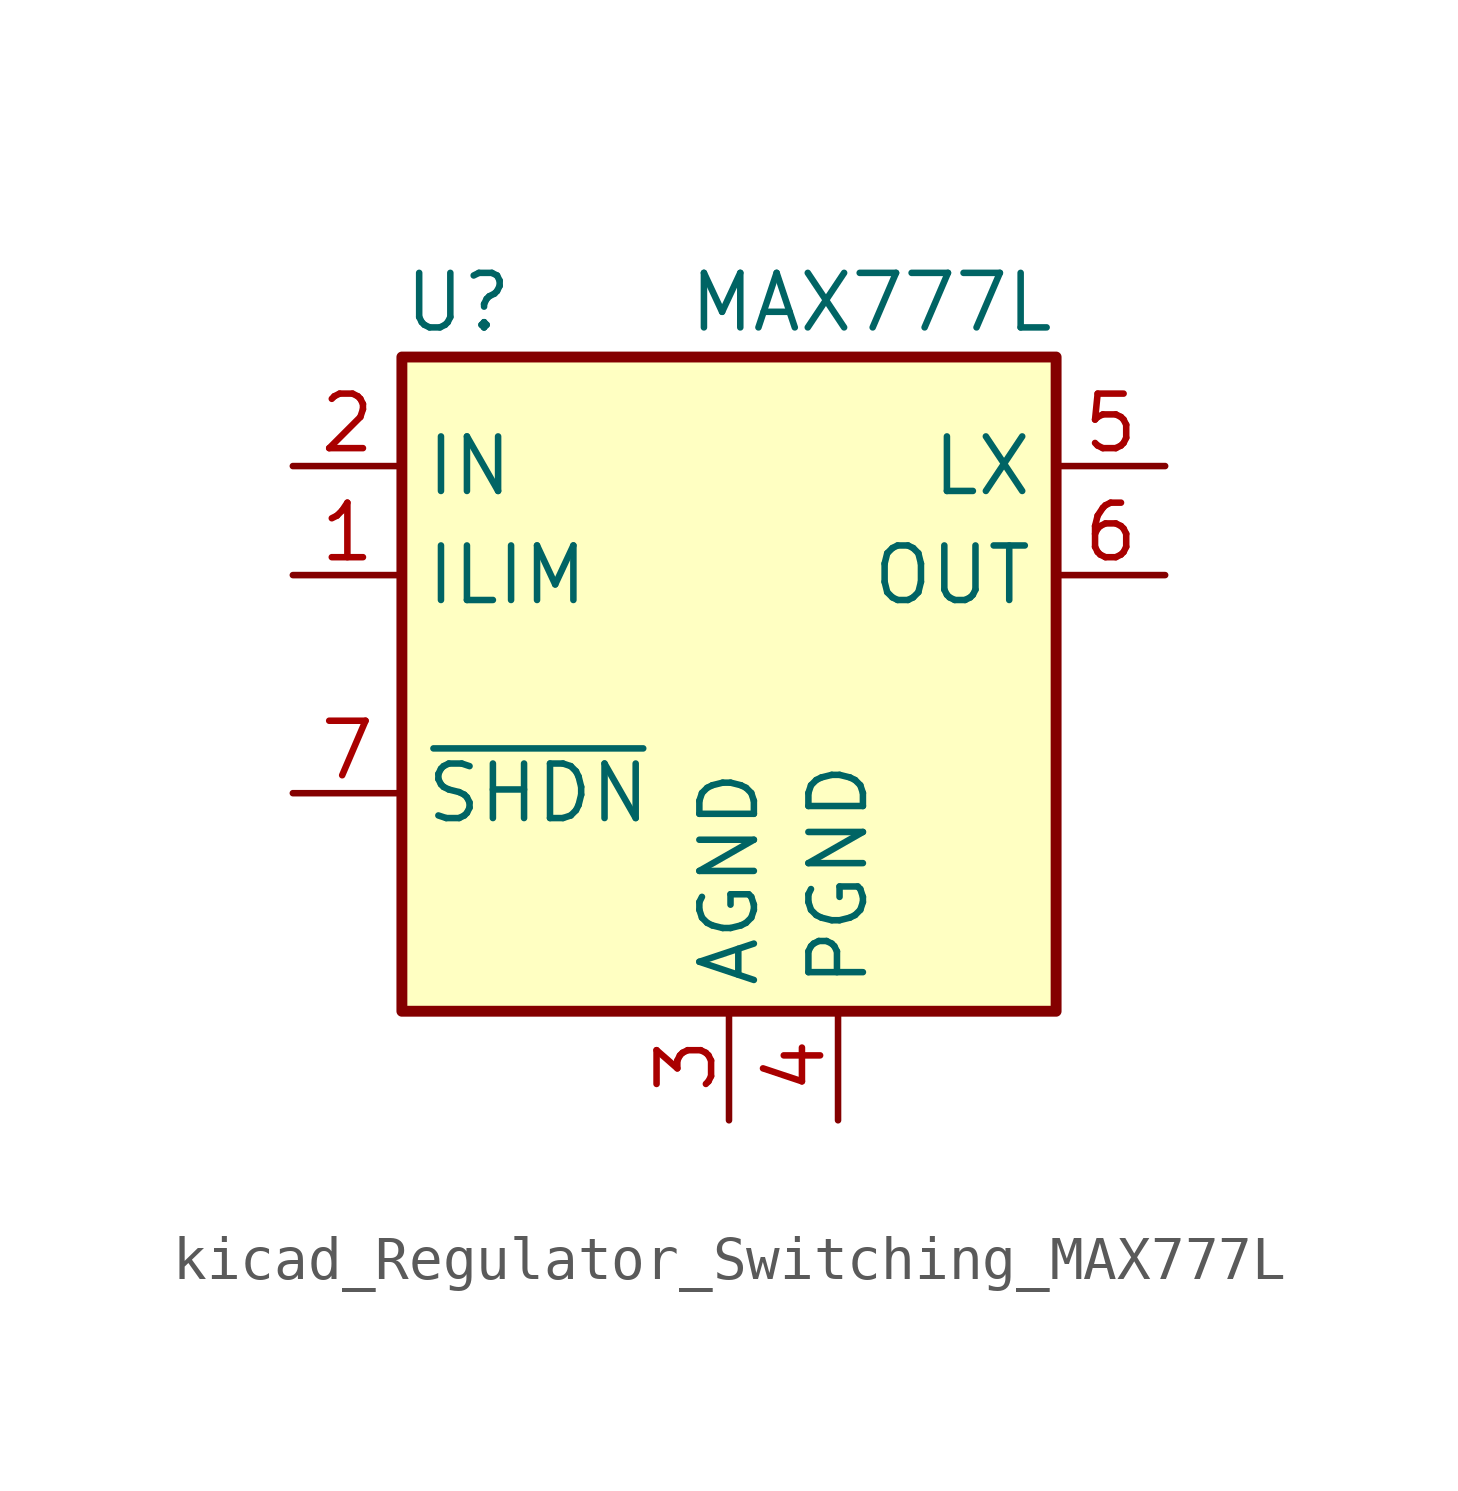
<source format=kicad_sym>
(kicad_symbol_lib
  (version 20220914)
  (generator kicad_symbol_editor)
  (symbol "kicad_Regulator_Switching_MAX777L"
    (property "Reference" "U"
      (at -7.62 8.89 0)
      (effects (font (size 1.27 1.27)) (justify left)))
    (property "Value" "MAX777L"
      (at 7.62 8.89 0)
      (effects (font (size 1.27 1.27)) (justify right)))
    (symbol "kicad_Regulator_Switching_MAX777L_0_1"
      (rectangle (start -7.62 7.62) (end 7.62 -7.62) (stroke (width 0.254) (type default)) (fill (type background))))
    (symbol "kicad_Regulator_Switching_MAX777L_1_1"
      (pin input line (at -10.16 2.54 0) (length 2.54) (name "ILIM" (effects (font (size 1.27 1.27)))) (number "1" (effects (font (size 1.27 1.27)))))
      (pin power_in line (at -10.16 5.08 0) (length 2.54) (name "IN" (effects (font (size 1.27 1.27)))) (number "2" (effects (font (size 1.27 1.27)))))
      (pin power_in line (at 0 -10.16 90) (length 2.54) (name "AGND" (effects (font (size 1.27 1.27)))) (number "3" (effects (font (size 1.27 1.27)))))
      (pin power_in line (at 2.54 -10.16 90) (length 2.54) (name "PGND" (effects (font (size 1.27 1.27)))) (number "4" (effects (font (size 1.27 1.27)))))
      (pin passive line (at 10.16 5.08 180) (length 2.54) (name "LX" (effects (font (size 1.27 1.27)))) (number "5" (effects (font (size 1.27 1.27)))))
      (pin power_out line (at 10.16 2.54 180) (length 2.54) (name "OUT" (effects (font (size 1.27 1.27)))) (number "6" (effects (font (size 1.27 1.27)))))
      (pin input line (at -10.16 -2.54 0) (length 2.54) (name "~{SHDN}" (effects (font (size 1.27 1.27)))) (number "7" (effects (font (size 1.27 1.27)))))
      (pin no_connect line (at 7.62 0 180) (length 2.54) hide (name "NC" (effects (font (size 1.27 1.27)))) (number "8" (effects (font (size 1.27 1.27))))))))
</source>
